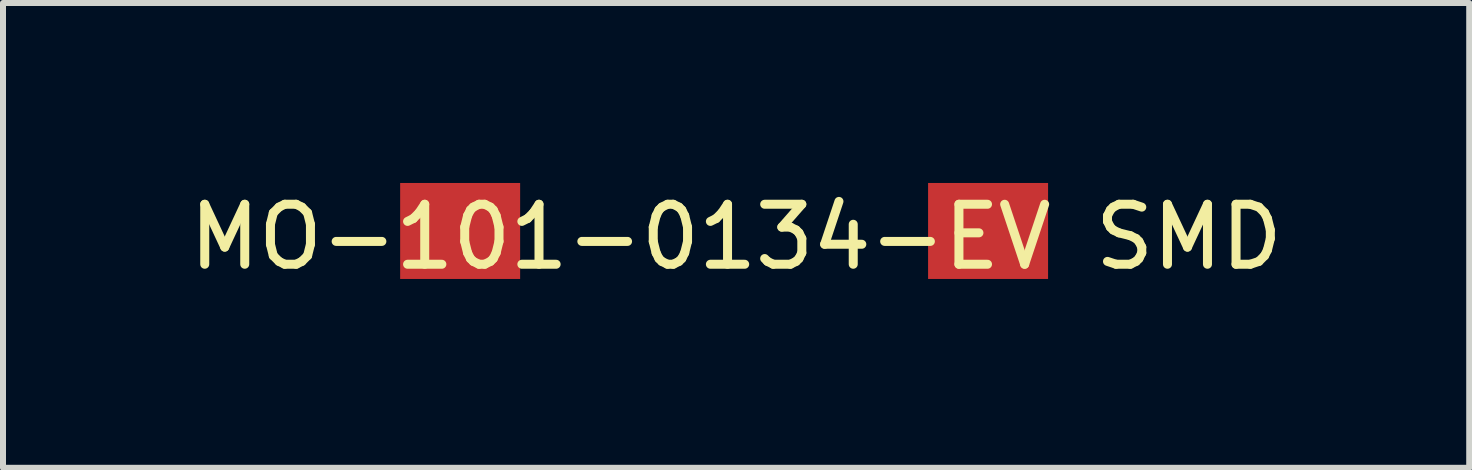
<source format=kicad_pcb>
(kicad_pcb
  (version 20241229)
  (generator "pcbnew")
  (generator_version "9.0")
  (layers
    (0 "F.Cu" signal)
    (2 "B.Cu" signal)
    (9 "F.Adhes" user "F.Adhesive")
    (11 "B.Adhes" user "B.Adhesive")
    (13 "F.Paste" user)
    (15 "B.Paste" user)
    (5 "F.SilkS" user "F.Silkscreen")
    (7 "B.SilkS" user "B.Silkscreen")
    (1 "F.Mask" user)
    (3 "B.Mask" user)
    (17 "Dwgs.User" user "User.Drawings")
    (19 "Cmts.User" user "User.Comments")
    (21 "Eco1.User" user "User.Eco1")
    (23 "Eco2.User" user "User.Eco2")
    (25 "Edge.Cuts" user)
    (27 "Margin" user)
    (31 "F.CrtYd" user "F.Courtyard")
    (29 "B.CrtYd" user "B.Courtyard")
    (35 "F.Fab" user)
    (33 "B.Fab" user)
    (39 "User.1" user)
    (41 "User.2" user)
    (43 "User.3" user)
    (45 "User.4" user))
  (footprint "MO-101-0134-EV SMD"
    (layer "F.Cu")
    (at 9.02 0.8)
    (property "Reference" "MO-101-0134-EV SMD" (at 0.2 0.1 0) (layer "F.SilkS") (effects (font (size 1 1) (thickness 0.15))))
    (attr through_hole)
    (pad "1" smd rect (at 4.4 0) (size 2 1.6) (layers "F.Cu" "F.Mask" "F.Paste"))
    (pad "2" smd rect (at -4.4 0) (size 2 1.6) (layers "F.Cu" "F.Mask" "F.Paste")))
  (gr_rect
    (start -3 -3)
    (end 21.44 4.748)
    (stroke (width 0.1) (type default))
    (fill no)
    (layer "Edge.Cuts")))
</source>
